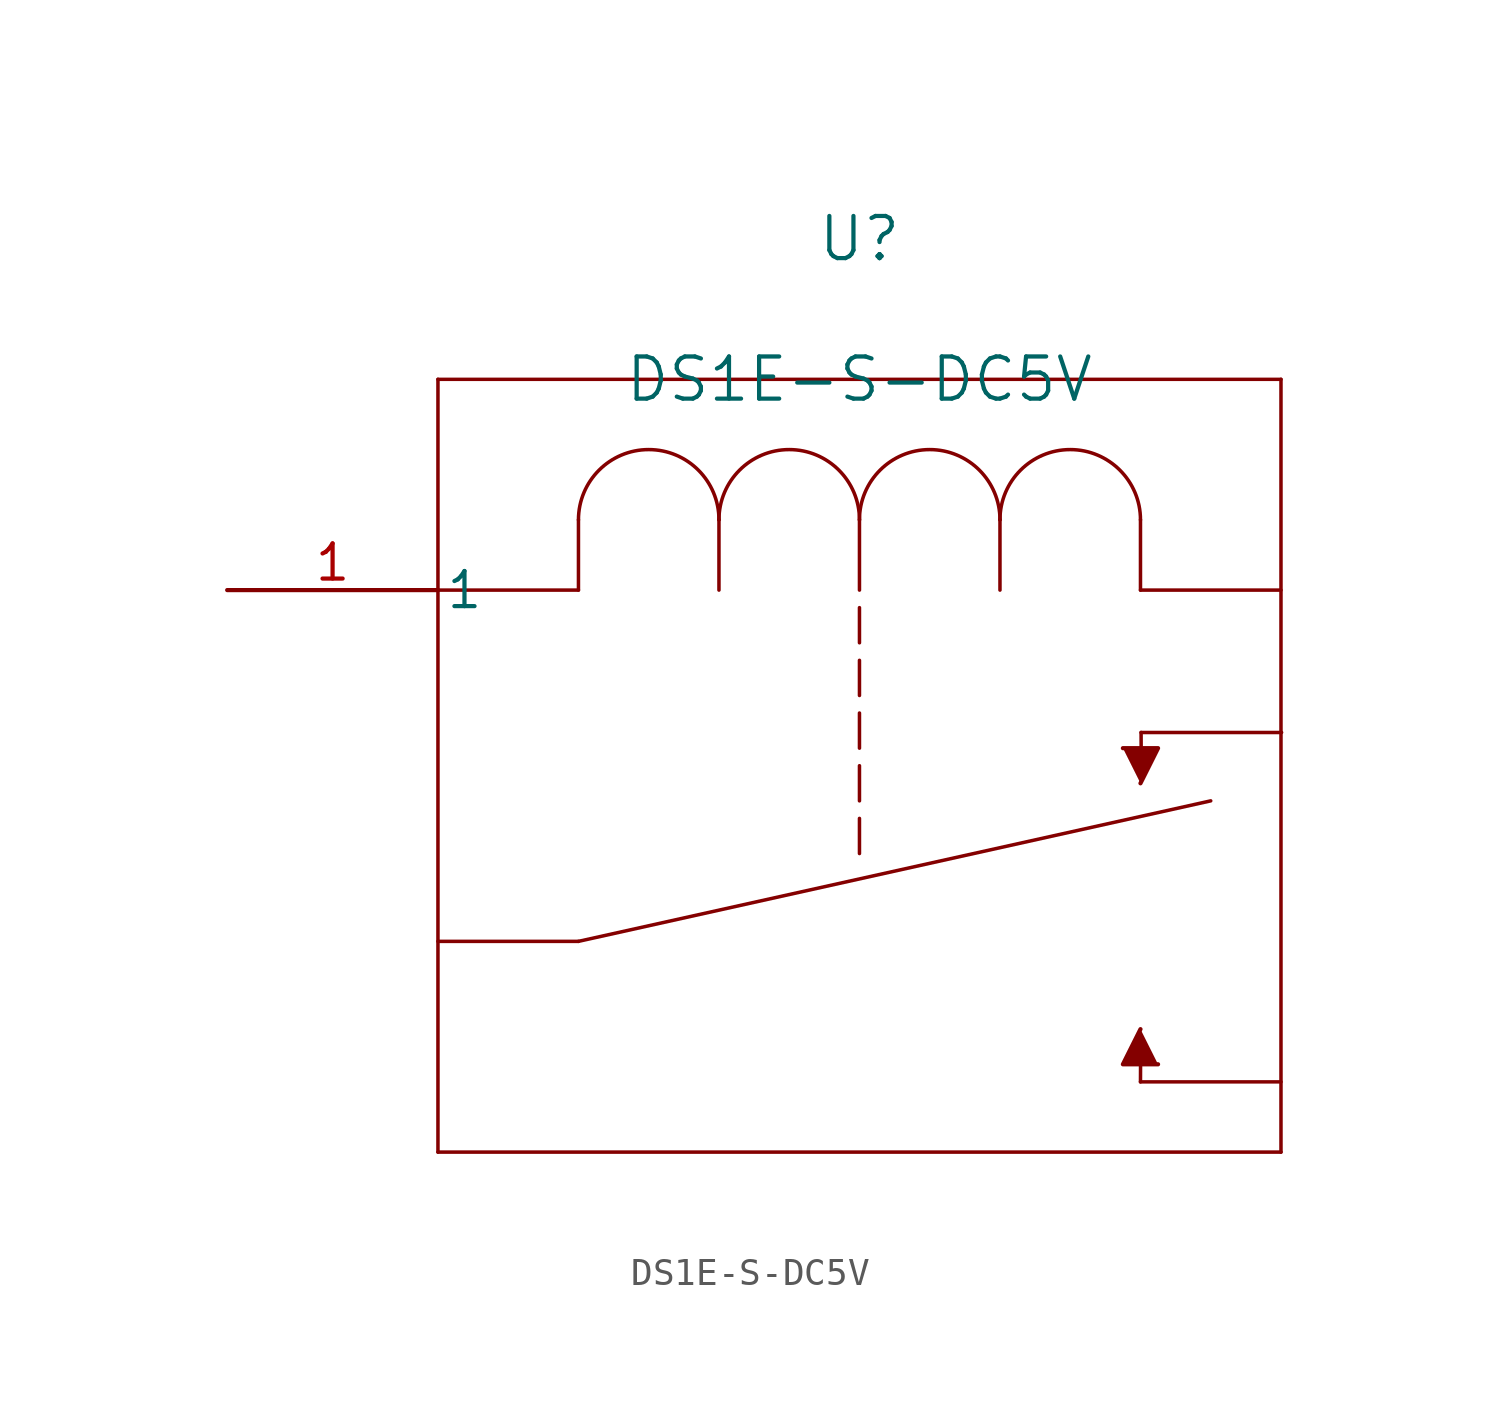
<source format=kicad_sym>
(kicad_symbol_lib
  (version 20211014)
  (generator kicad_symbol_editor)
  (symbol "DS1E-S-DC5V"
    (pin_names
      (offset 0.254))
    (property "Reference" "U"
      (at 22.86 12.7 0)
      (effects (font (size 1.524 1.524))))
    (property "Value" "DS1E-S-DC5V"
      (at 22.86 7.62 0)
      (effects (font (size 1.524 1.524))))
    (symbol "DS1E-S-DC5V_0_1"
      (polyline (pts (xy 12.7 -12.7) (xy 7.62 -12.7)) (stroke (width 0.127) (type default) (color 0 0 0 0)) (fill (type none)))
      (polyline (pts (xy 12.7 -12.7) (xy 35.56 -7.62)) (stroke (width 0.127) (type default) (color 0 0 0 0)) (fill (type none)))
      (polyline (pts (xy 38.1 -17.78) (xy 33.02 -17.78)) (stroke (width 0.127) (type default) (color 0 0 0 0)) (fill (type none)))
      (polyline (pts (xy 33.042 -5.148) (xy 38.122 -5.148)) (stroke (width 0.127) (type default) (color 0 0 0 0)) (fill (type none)))
      (polyline (pts (xy 38.1 7.62) (xy 7.62 7.62)) (stroke (width 0.127) (type default) (color 0 0 0 0)) (fill (type none)))
      (arc (start 17.78 2.54) (mid 15.24 5.08) (end 12.7 2.54) (stroke (width 0.127) (type default) (color 0 0 0 0)) (fill (type none)))
      (polyline (pts (xy 12.7 2.54) (xy 12.7 0)) (stroke (width 0.127) (type default) (color 0 0 0 0)) (fill (type none)))
      (arc (start 22.86 2.54) (mid 20.32 5.08) (end 17.78 2.54) (stroke (width 0.127) (type default) (color 0 0 0 0)) (fill (type none)))
      (polyline (pts (xy 17.78 2.54) (xy 17.78 0)) (stroke (width 0.127) (type default) (color 0 0 0 0)) (fill (type none)))
      (arc (start 27.94 2.54) (mid 25.4 5.08) (end 22.86 2.54) (stroke (width 0.127) (type default) (color 0 0 0 0)) (fill (type none)))
      (polyline (pts (xy 22.86 2.54) (xy 22.86 0)) (stroke (width 0.127) (type default) (color 0 0 0 0)) (fill (type none)))
      (arc (start 33.02 2.54) (mid 30.48 5.08) (end 27.94 2.54) (stroke (width 0.127) (type default) (color 0 0 0 0)) (fill (type none)))
      (polyline (pts (xy 27.94 2.54) (xy 27.94 0)) (stroke (width 0.127) (type default) (color 0 0 0 0)) (fill (type none)))
      (polyline (pts (xy 33.02 2.54) (xy 33.02 0)) (stroke (width 0.127) (type default) (color 0 0 0 0)) (fill (type none)))
      (polyline (pts (xy 7.62 7.62) (xy 7.62 -20.32)) (stroke (width 0.127) (type default) (color 0 0 0 0)) (fill (type none)))
      (polyline (pts (xy 7.62 -20.32) (xy 38.1 -20.32)) (stroke (width 0.127) (type default) (color 0 0 0 0)) (fill (type none)))
      (polyline (pts (xy 38.1 -20.32) (xy 38.1 7.62)) (stroke (width 0.127) (type default) (color 0 0 0 0)) (fill (type none)))
      (polyline (pts (xy 33.048 -6.465) (xy 33.042 -5.148)) (stroke (width 0.127) (type default) (color 0 0 0 0)) (fill (type none)))
      (polyline (pts (xy 12.7 0) (xy 7.62 0)) (stroke (width 0.127) (type default) (color 0 0 0 0)) (fill (type none)))
      (polyline (pts (xy 33.02 0) (xy 38.1 0)) (stroke (width 0.127) (type default) (color 0 0 0 0)) (fill (type none)))
      (polyline (pts (xy 33.02 -17.78) (xy 33.026 -16.511)) (stroke (width 0.127) (type default) (color 0 0 0 0)) (fill (type none)))
      (polyline (pts (xy 22.86 -1.905) (xy 22.86 -0.635)) (stroke (width 0.127) (type default) (color 0 0 0 0)) (fill (type none)))
      (polyline (pts (xy 22.86 -2.54) (xy 22.86 -3.81)) (stroke (width 0.127) (type default) (color 0 0 0 0)) (fill (type none)))
      (polyline (pts (xy 22.86 -4.445) (xy 22.86 -5.715)) (stroke (width 0.127) (type default) (color 0 0 0 0)) (fill (type none)))
      (polyline (pts (xy 22.86 -6.35) (xy 22.86 -7.62)) (stroke (width 0.127) (type default) (color 0 0 0 0)) (fill (type none)))
      (polyline (pts (xy 22.86 -8.255) (xy 22.86 -9.525)) (stroke (width 0.127) (type default) (color 0 0 0 0)) (fill (type none)))
      (polyline (pts (xy 32.385 -5.715) (xy 33.655 -5.715) (xy 33.02 -6.985)) (stroke (width 0) (type default) (color 0 0 0 0)) (fill (type outline)))
      (polyline (pts (xy 33.655 -17.145) (xy 32.385 -17.145) (xy 33.02 -15.875)) (stroke (width 0) (type default) (color 0 0 0 0)) (fill (type outline)))
      (pin unspecified line (at 0 0 0) (length 7.62) (name "1" (effects (font (size 1.27 1.27)))) (number "1" (effects (font (size 1.27 1.27))))))))
</source>
